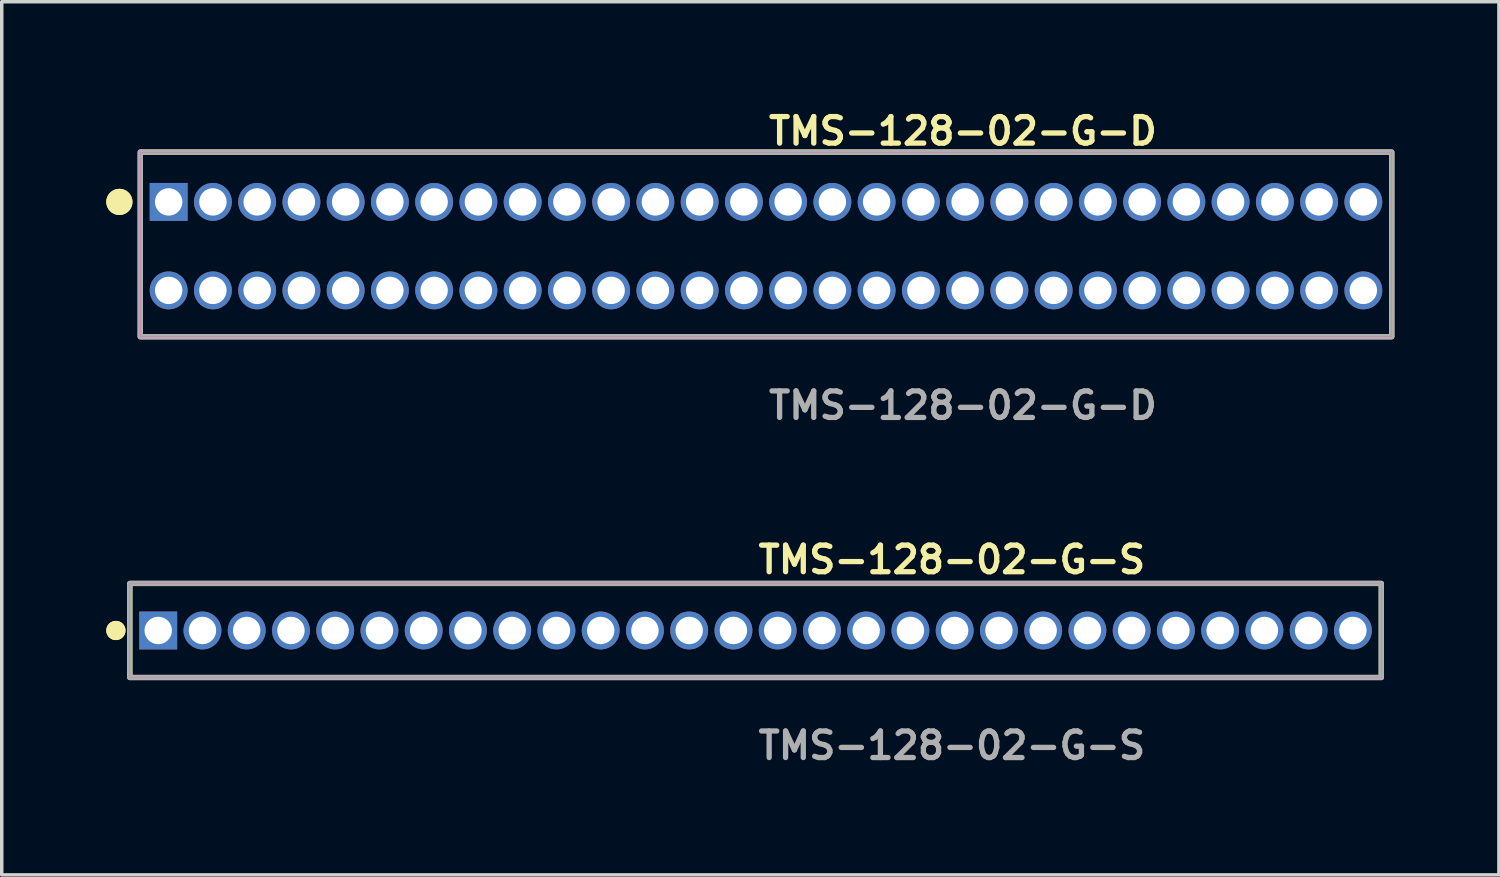
<source format=kicad_pcb>
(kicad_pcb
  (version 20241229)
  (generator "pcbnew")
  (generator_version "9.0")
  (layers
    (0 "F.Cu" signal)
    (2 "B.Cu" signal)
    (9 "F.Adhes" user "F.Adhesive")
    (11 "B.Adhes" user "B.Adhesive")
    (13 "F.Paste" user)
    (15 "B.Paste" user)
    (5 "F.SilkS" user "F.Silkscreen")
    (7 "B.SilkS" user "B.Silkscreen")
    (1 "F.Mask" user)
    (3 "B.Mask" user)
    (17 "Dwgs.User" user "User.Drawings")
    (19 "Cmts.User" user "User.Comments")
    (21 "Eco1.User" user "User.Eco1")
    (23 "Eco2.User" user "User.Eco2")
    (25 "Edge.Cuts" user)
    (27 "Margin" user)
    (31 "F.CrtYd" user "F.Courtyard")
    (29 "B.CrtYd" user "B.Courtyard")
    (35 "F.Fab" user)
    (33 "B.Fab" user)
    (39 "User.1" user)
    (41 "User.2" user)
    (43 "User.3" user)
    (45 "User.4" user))
  (footprint "TMS-128-02-G-D"
    (layer "F.Cu")
    (at 18.936 4.015)
    (property "Reference" "TMS-128-02-G-D" (at 0 -3.302 0) (unlocked yes) (layer "F.SilkS") (effects (font (size 0.762 0.762) (thickness 0.152)) (justify left)))
    (fp_rect (start -17.96 2.6) (end 17.96 -2.7) (stroke (width 0.152) (type solid)) (fill no) (layer "F.SilkS"))
    (fp_circle (center -18.56 -1.27) (end -18.86 -1.27) (stroke (width 0.152) (type solid)) (fill yes) (layer "F.SilkS"))
    (fp_circle (center -18.56 -1.27) (end -18.86 -1.27) (stroke (width 0.152) (type solid)) (fill yes) (layer "F.SilkS"))
    (fp_rect (start -17.96 2.6) (end 17.96 -2.7) (stroke (width 0.006) (type solid)) (fill no) (layer "F.CrtYd"))
    (fp_rect (start -17.96 2.6) (end 17.96 -2.7) (stroke (width 0.152) (type solid)) (fill no) (layer "F.Fab"))
    (fp_text user "${REFERENCE}" (at 0 4.572 0) (unlocked yes) (layer "F.Fab") (effects (font (size 0.762 0.762) (thickness 0.152)) (justify left)))
    (pad "1" thru_hole rect (at -17.145 -1.27) (size 1.087 1.087) (drill 0.787) (layers "*.Cu" "*.Mask"))
    (pad "2" thru_hole circle (at -17.145 1.27) (size 1.087 1.087) (drill 0.787) (layers "*.Cu" "*.Mask"))
    (pad "3" thru_hole circle (at -15.875 -1.27) (size 1.087 1.087) (drill 0.787) (layers "*.Cu" "*.Mask"))
    (pad "4" thru_hole circle (at -15.875 1.27) (size 1.087 1.087) (drill 0.787) (layers "*.Cu" "*.Mask"))
    (pad "5" thru_hole circle (at -14.605 -1.27) (size 1.087 1.087) (drill 0.787) (layers "*.Cu" "*.Mask"))
    (pad "6" thru_hole circle (at -14.605 1.27) (size 1.087 1.087) (drill 0.787) (layers "*.Cu" "*.Mask"))
    (pad "7" thru_hole circle (at -13.335 -1.27) (size 1.087 1.087) (drill 0.787) (layers "*.Cu" "*.Mask"))
    (pad "8" thru_hole circle (at -13.335 1.27) (size 1.087 1.087) (drill 0.787) (layers "*.Cu" "*.Mask"))
    (pad "9" thru_hole circle (at -12.065 -1.27) (size 1.087 1.087) (drill 0.787) (layers "*.Cu" "*.Mask"))
    (pad "10" thru_hole circle (at -12.065 1.27) (size 1.087 1.087) (drill 0.787) (layers "*.Cu" "*.Mask"))
    (pad "11" thru_hole circle (at -10.795 -1.27) (size 1.087 1.087) (drill 0.787) (layers "*.Cu" "*.Mask"))
    (pad "12" thru_hole circle (at -10.795 1.27) (size 1.087 1.087) (drill 0.787) (layers "*.Cu" "*.Mask"))
    (pad "13" thru_hole circle (at -9.525 -1.27) (size 1.087 1.087) (drill 0.787) (layers "*.Cu" "*.Mask"))
    (pad "14" thru_hole circle (at -9.525 1.27) (size 1.087 1.087) (drill 0.787) (layers "*.Cu" "*.Mask"))
    (pad "15" thru_hole circle (at -8.255 -1.27) (size 1.087 1.087) (drill 0.787) (layers "*.Cu" "*.Mask"))
    (pad "16" thru_hole circle (at -8.255 1.27) (size 1.087 1.087) (drill 0.787) (layers "*.Cu" "*.Mask"))
    (pad "17" thru_hole circle (at -6.985 -1.27) (size 1.087 1.087) (drill 0.787) (layers "*.Cu" "*.Mask"))
    (pad "18" thru_hole circle (at -6.985 1.27) (size 1.087 1.087) (drill 0.787) (layers "*.Cu" "*.Mask"))
    (pad "19" thru_hole circle (at -5.715 -1.27) (size 1.087 1.087) (drill 0.787) (layers "*.Cu" "*.Mask"))
    (pad "20" thru_hole circle (at -5.715 1.27) (size 1.087 1.087) (drill 0.787) (layers "*.Cu" "*.Mask"))
    (pad "21" thru_hole circle (at -4.445 -1.27) (size 1.087 1.087) (drill 0.787) (layers "*.Cu" "*.Mask"))
    (pad "22" thru_hole circle (at -4.445 1.27) (size 1.087 1.087) (drill 0.787) (layers "*.Cu" "*.Mask"))
    (pad "23" thru_hole circle (at -3.175 -1.27) (size 1.087 1.087) (drill 0.787) (layers "*.Cu" "*.Mask"))
    (pad "24" thru_hole circle (at -3.175 1.27) (size 1.087 1.087) (drill 0.787) (layers "*.Cu" "*.Mask"))
    (pad "25" thru_hole circle (at -1.905 -1.27) (size 1.087 1.087) (drill 0.787) (layers "*.Cu" "*.Mask"))
    (pad "26" thru_hole circle (at -1.905 1.27) (size 1.087 1.087) (drill 0.787) (layers "*.Cu" "*.Mask"))
    (pad "27" thru_hole circle (at -0.635 -1.27) (size 1.087 1.087) (drill 0.787) (layers "*.Cu" "*.Mask"))
    (pad "28" thru_hole circle (at -0.635 1.27) (size 1.087 1.087) (drill 0.787) (layers "*.Cu" "*.Mask"))
    (pad "29" thru_hole circle (at 0.635 -1.27) (size 1.087 1.087) (drill 0.787) (layers "*.Cu" "*.Mask"))
    (pad "30" thru_hole circle (at 0.635 1.27) (size 1.087 1.087) (drill 0.787) (layers "*.Cu" "*.Mask"))
    (pad "31" thru_hole circle (at 1.905 -1.27) (size 1.087 1.087) (drill 0.787) (layers "*.Cu" "*.Mask"))
    (pad "32" thru_hole circle (at 1.905 1.27) (size 1.087 1.087) (drill 0.787) (layers "*.Cu" "*.Mask"))
    (pad "33" thru_hole circle (at 3.175 -1.27) (size 1.087 1.087) (drill 0.787) (layers "*.Cu" "*.Mask"))
    (pad "34" thru_hole circle (at 3.175 1.27) (size 1.087 1.087) (drill 0.787) (layers "*.Cu" "*.Mask"))
    (pad "35" thru_hole circle (at 4.445 -1.27) (size 1.087 1.087) (drill 0.787) (layers "*.Cu" "*.Mask"))
    (pad "36" thru_hole circle (at 4.445 1.27) (size 1.087 1.087) (drill 0.787) (layers "*.Cu" "*.Mask"))
    (pad "37" thru_hole circle (at 5.715 -1.27) (size 1.087 1.087) (drill 0.787) (layers "*.Cu" "*.Mask"))
    (pad "38" thru_hole circle (at 5.715 1.27) (size 1.087 1.087) (drill 0.787) (layers "*.Cu" "*.Mask"))
    (pad "39" thru_hole circle (at 6.985 -1.27) (size 1.087 1.087) (drill 0.787) (layers "*.Cu" "*.Mask"))
    (pad "40" thru_hole circle (at 6.985 1.27) (size 1.087 1.087) (drill 0.787) (layers "*.Cu" "*.Mask"))
    (pad "41" thru_hole circle (at 8.255 -1.27) (size 1.087 1.087) (drill 0.787) (layers "*.Cu" "*.Mask"))
    (pad "42" thru_hole circle (at 8.255 1.27) (size 1.087 1.087) (drill 0.787) (layers "*.Cu" "*.Mask"))
    (pad "43" thru_hole circle (at 9.525 -1.27) (size 1.087 1.087) (drill 0.787) (layers "*.Cu" "*.Mask"))
    (pad "44" thru_hole circle (at 9.525 1.27) (size 1.087 1.087) (drill 0.787) (layers "*.Cu" "*.Mask"))
    (pad "45" thru_hole circle (at 10.795 -1.27) (size 1.087 1.087) (drill 0.787) (layers "*.Cu" "*.Mask"))
    (pad "46" thru_hole circle (at 10.795 1.27) (size 1.087 1.087) (drill 0.787) (layers "*.Cu" "*.Mask"))
    (pad "47" thru_hole circle (at 12.065 -1.27) (size 1.087 1.087) (drill 0.787) (layers "*.Cu" "*.Mask"))
    (pad "48" thru_hole circle (at 12.065 1.27) (size 1.087 1.087) (drill 0.787) (layers "*.Cu" "*.Mask"))
    (pad "49" thru_hole circle (at 13.335 -1.27) (size 1.087 1.087) (drill 0.787) (layers "*.Cu" "*.Mask"))
    (pad "50" thru_hole circle (at 13.335 1.27) (size 1.087 1.087) (drill 0.787) (layers "*.Cu" "*.Mask"))
    (pad "51" thru_hole circle (at 14.605 -1.27) (size 1.087 1.087) (drill 0.787) (layers "*.Cu" "*.Mask"))
    (pad "52" thru_hole circle (at 14.605 1.27) (size 1.087 1.087) (drill 0.787) (layers "*.Cu" "*.Mask"))
    (pad "53" thru_hole circle (at 15.875 -1.27) (size 1.087 1.087) (drill 0.787) (layers "*.Cu" "*.Mask"))
    (pad "54" thru_hole circle (at 15.875 1.27) (size 1.087 1.087) (drill 0.787) (layers "*.Cu" "*.Mask"))
    (pad "55" thru_hole circle (at 17.145 -1.27) (size 1.087 1.087) (drill 0.787) (layers "*.Cu" "*.Mask"))
    (pad "56" thru_hole circle (at 17.145 1.27) (size 1.087 1.087) (drill 0.787) (layers "*.Cu" "*.Mask")))
  (footprint "TMS-128-02-G-S"
    (layer "F.Cu")
    (at 18.636 15.046)
    (property "Reference" "TMS-128-02-G-S" (at 0 -2.032 0) (unlocked yes) (layer "F.SilkS") (effects (font (size 0.762 0.762) (thickness 0.152)) (justify left)))
    (fp_rect (start -17.96 1.35) (end 17.96 -1.35) (stroke (width 0.152) (type solid)) (fill no) (layer "F.SilkS"))
    (fp_circle (center -18.36 0) (end -18.56 0) (stroke (width 0.152) (type solid)) (fill yes) (layer "F.SilkS"))
    (fp_circle (center -18.36 0) (end -18.56 0) (stroke (width 0.152) (type solid)) (fill yes) (layer "F.SilkS"))
    (fp_rect (start -17.96 1.35) (end 17.96 -1.35) (stroke (width 0.006) (type solid)) (fill no) (layer "F.CrtYd"))
    (fp_rect (start -17.96 1.35) (end 17.96 -1.35) (stroke (width 0.152) (type solid)) (fill no) (layer "F.Fab"))
    (fp_text user "${REFERENCE}" (at 0 3.302 0) (unlocked yes) (layer "F.Fab") (effects (font (size 0.762 0.762) (thickness 0.152)) (justify left)))
    (pad "1" thru_hole rect (at -17.145 0) (size 1.087 1.087) (drill 0.787) (layers "*.Cu" "*.Mask"))
    (pad "2" thru_hole circle (at -15.875 0) (size 1.087 1.087) (drill 0.787) (layers "*.Cu" "*.Mask"))
    (pad "3" thru_hole circle (at -14.605 0) (size 1.087 1.087) (drill 0.787) (layers "*.Cu" "*.Mask"))
    (pad "4" thru_hole circle (at -13.335 0) (size 1.087 1.087) (drill 0.787) (layers "*.Cu" "*.Mask"))
    (pad "5" thru_hole circle (at -12.065 0) (size 1.087 1.087) (drill 0.787) (layers "*.Cu" "*.Mask"))
    (pad "6" thru_hole circle (at -10.795 0) (size 1.087 1.087) (drill 0.787) (layers "*.Cu" "*.Mask"))
    (pad "7" thru_hole circle (at -9.525 0) (size 1.087 1.087) (drill 0.787) (layers "*.Cu" "*.Mask"))
    (pad "8" thru_hole circle (at -8.255 0) (size 1.087 1.087) (drill 0.787) (layers "*.Cu" "*.Mask"))
    (pad "9" thru_hole circle (at -6.985 0) (size 1.087 1.087) (drill 0.787) (layers "*.Cu" "*.Mask"))
    (pad "10" thru_hole circle (at -5.715 0) (size 1.087 1.087) (drill 0.787) (layers "*.Cu" "*.Mask"))
    (pad "11" thru_hole circle (at -4.445 0) (size 1.087 1.087) (drill 0.787) (layers "*.Cu" "*.Mask"))
    (pad "12" thru_hole circle (at -3.175 0) (size 1.087 1.087) (drill 0.787) (layers "*.Cu" "*.Mask"))
    (pad "13" thru_hole circle (at -1.905 0) (size 1.087 1.087) (drill 0.787) (layers "*.Cu" "*.Mask"))
    (pad "14" thru_hole circle (at -0.635 0) (size 1.087 1.087) (drill 0.787) (layers "*.Cu" "*.Mask"))
    (pad "15" thru_hole circle (at 0.635 0) (size 1.087 1.087) (drill 0.787) (layers "*.Cu" "*.Mask"))
    (pad "16" thru_hole circle (at 1.905 0) (size 1.087 1.087) (drill 0.787) (layers "*.Cu" "*.Mask"))
    (pad "17" thru_hole circle (at 3.175 0) (size 1.087 1.087) (drill 0.787) (layers "*.Cu" "*.Mask"))
    (pad "18" thru_hole circle (at 4.445 0) (size 1.087 1.087) (drill 0.787) (layers "*.Cu" "*.Mask"))
    (pad "19" thru_hole circle (at 5.715 0) (size 1.087 1.087) (drill 0.787) (layers "*.Cu" "*.Mask"))
    (pad "20" thru_hole circle (at 6.985 0) (size 1.087 1.087) (drill 0.787) (layers "*.Cu" "*.Mask"))
    (pad "21" thru_hole circle (at 8.255 0) (size 1.087 1.087) (drill 0.787) (layers "*.Cu" "*.Mask"))
    (pad "22" thru_hole circle (at 9.525 0) (size 1.087 1.087) (drill 0.787) (layers "*.Cu" "*.Mask"))
    (pad "23" thru_hole circle (at 10.795 0) (size 1.087 1.087) (drill 0.787) (layers "*.Cu" "*.Mask"))
    (pad "24" thru_hole circle (at 12.065 0) (size 1.087 1.087) (drill 0.787) (layers "*.Cu" "*.Mask"))
    (pad "25" thru_hole circle (at 13.335 0) (size 1.087 1.087) (drill 0.787) (layers "*.Cu" "*.Mask"))
    (pad "26" thru_hole circle (at 14.605 0) (size 1.087 1.087) (drill 0.787) (layers "*.Cu" "*.Mask"))
    (pad "27" thru_hole circle (at 15.875 0) (size 1.087 1.087) (drill 0.787) (layers "*.Cu" "*.Mask"))
    (pad "28" thru_hole circle (at 17.145 0) (size 1.087 1.087) (drill 0.787) (layers "*.Cu" "*.Mask")))
  (gr_rect
    (start -3 -3)
    (end 39.972 22.061)
    (stroke (width 0.1) (type default))
    (fill no)
    (layer "Edge.Cuts")))
</source>
